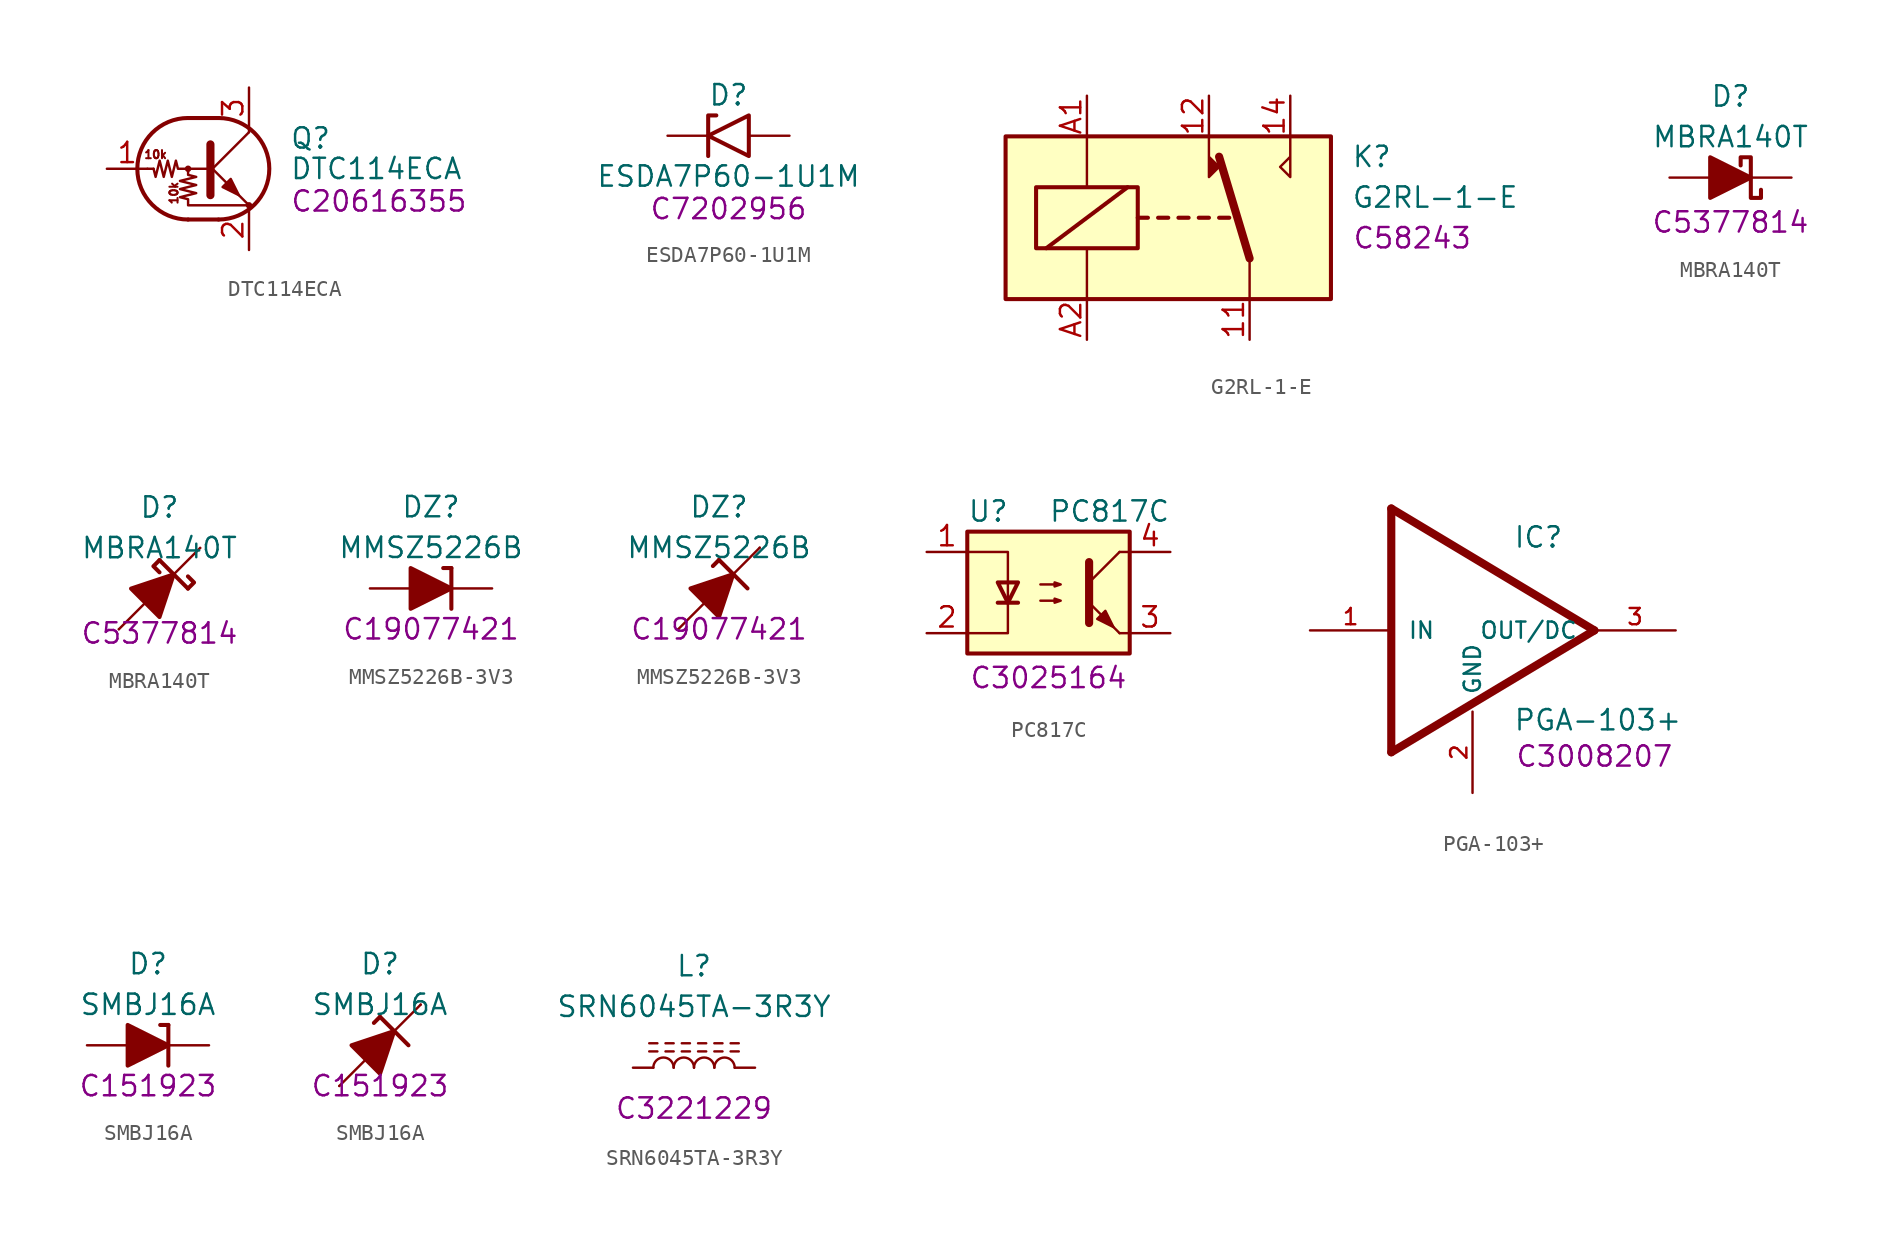
<source format=kicad_sym>
(kicad_symbol_lib
  (version 20231120)
  (generator "kicad_symbol_editor")
  (generator_version "8.0")
  (symbol "DTC114ECA"
    (pin_names
      (offset 0) hide)
    (property "Reference" "Q"
      (at 5.08 1.905 0)
      (effects (font (size 1.27 1.27)) (justify left)))
    (property "Value" "DTC114ECA"
      (at 5.08 0 0)
      (effects (font (size 1.27 1.27)) (justify left)))
    (property "JLCPCB Part # " "C20616355"
      (at 10.668 -2.032 0)
      (effects (font (size 1.27 1.27))))
    (symbol "DTC114ECA_0_0"
      (text "10k" (at -3.302 0.889 0) (effects (font (size 0.508 0.508))))
      (text "10k" (at -2.159 -1.524 900) (effects (font (size 0.508 0.508)))))
    (symbol "DTC114ECA_0_1"
      (circle (center -1.27 0) (radius 0.127) (stroke (width 0) (type default)) (fill (type none)))
      (arc (start -1.27 3.175) (mid -4.4312 0) (end -1.27 -3.175) (stroke (width 0.254) (type default)) (fill (type none)))
      (polyline (pts (xy -3.429 0) (xy -3.81 0)) (stroke (width 0) (type default)) (fill (type none)))
      (polyline (pts (xy -1.27 -3.175) (xy 0.635 -3.175)) (stroke (width 0.254) (type default)) (fill (type none)))
      (polyline (pts (xy -1.27 3.175) (xy 0.635 3.175)) (stroke (width 0.254) (type default)) (fill (type none)))
      (polyline (pts (xy 0 -0.254) (xy 2.54 2.286)) (stroke (width 0) (type default)) (fill (type none)))
      (polyline (pts (xy 0.127 1.524) (xy 0.127 -1.651)) (stroke (width 0.508) (type default)) (fill (type outline)))
      (polyline (pts (xy 2.54 2.286) (xy 2.54 2.54)) (stroke (width 0) (type default)) (fill (type none)))
      (polyline (pts (xy 2.54 -2.286) (xy 0 0.254) (xy 0 0.254)) (stroke (width 0) (type default)) (fill (type none)))
      (polyline (pts (xy 0.889 -1.143) (xy 1.397 -0.635) (xy 1.905 -1.651) (xy 0.889 -1.143)) (stroke (width 0) (type default)) (fill (type outline)))
      (polyline (pts (xy 0 0) (xy -1.905 0) (xy -2.032 0.508) (xy -2.286 -0.508) (xy -2.54 0.508) (xy -2.794 -0.508) (xy -3.048 0.508) (xy -3.302 -0.508) (xy -3.429 0)) (stroke (width 0) (type default)) (fill (type none)))
      (polyline (pts (xy -1.27 0) (xy -1.27 -0.381) (xy -0.762 -0.508) (xy -1.778 -0.762) (xy -0.762 -1.016) (xy -1.778 -1.27) (xy -0.762 -1.524) (xy -1.778 -1.778) (xy -1.27 -1.905) (xy -1.27 -2.286) (xy 2.54 -2.286)) (stroke (width 0) (type default)) (fill (type none)))
      (arc (start 0.635 -3.175) (mid 3.7962 0) (end 0.635 3.175) (stroke (width 0.254) (type default)) (fill (type none)))
      (circle (center 2.54 -2.286) (radius 0.127) (stroke (width 0) (type default)) (fill (type none))))
    (symbol "DTC114ECA_1_1"
      (pin input line (at -6.35 0 0) (length 2.54) (name "B" (effects (font (size 1.27 1.27)))) (number "1" (effects (font (size 1.27 1.27)))))
      (pin passive line (at 2.54 -5.08 90) (length 2.54) (name "E" (effects (font (size 1.27 1.27)))) (number "2" (effects (font (size 1.27 1.27)))))
      (pin passive line (at 2.54 5.08 270) (length 2.54) (name "C" (effects (font (size 1.27 1.27)))) (number "3" (effects (font (size 1.27 1.27)))))))
  (symbol "ESDA7P60-1U1M"
    (pin_numbers hide)
    (pin_names
      (offset 1.016) hide)
    (property "Reference" "D"
      (at 0 2.54 0)
      (effects (font (size 1.27 1.27))))
    (property "Value" "ESDA7P60-1U1M"
      (at 0 -2.54 0)
      (effects (font (size 1.27 1.27))))
    (property "JLCPCB Part # " "C7202956"
      (at 0 -4.572 0)
      (effects (font (size 1.27 1.27))))
    (symbol "ESDA7P60-1U1M_0_1"
      (polyline (pts (xy -0.762 1.27) (xy -1.27 1.27) (xy -1.27 -1.27)) (stroke (width 0.254) (type default)) (fill (type none)))
      (polyline (pts (xy 1.27 1.27) (xy 1.27 -1.27) (xy -1.27 0) (xy 1.27 1.27)) (stroke (width 0.254) (type default)) (fill (type none))))
    (symbol "ESDA7P60-1U1M_1_1"
      (pin passive line (at -3.81 0 0) (length 2.54) (name "A1" (effects (font (size 1.27 1.27)))) (number "1" (effects (font (size 1.27 1.27)))))
      (pin passive line (at 3.81 0 180) (length 2.54) (name "A2" (effects (font (size 1.27 1.27)))) (number "2" (effects (font (size 1.27 1.27)))))))
  (symbol "G2RL-1-E"
    (property "Reference" "K"
      (at 11.43 3.81 0)
      (effects (font (size 1.27 1.27)) (justify left)))
    (property "Value" "G2RL-1-E"
      (at 11.43 1.27 0)
      (effects (font (size 1.27 1.27)) (justify left)))
    (property "JLCPCB Part # " "C58243"
      (at 15.24 -1.27 0)
      (effects (font (size 1.27 1.27))))
    (symbol "G2RL-1-E_0_0"
      (polyline (pts (xy 7.62 5.08) (xy 7.62 2.54) (xy 6.985 3.175) (xy 7.62 3.81)) (stroke (width 0) (type default)) (fill (type none))))
    (symbol "G2RL-1-E_0_1"
      (rectangle (start -10.16 5.08) (end 10.16 -5.08) (stroke (width 0.254) (type default)) (fill (type background)))
      (rectangle (start -8.255 1.905) (end -1.905 -1.905) (stroke (width 0.254) (type default)) (fill (type none)))
      (polyline (pts (xy -7.62 -1.905) (xy -2.54 1.905)) (stroke (width 0.254) (type default)) (fill (type none)))
      (polyline (pts (xy -5.08 -5.08) (xy -5.08 -1.905)) (stroke (width 0) (type default)) (fill (type none)))
      (polyline (pts (xy -5.08 5.08) (xy -5.08 1.905)) (stroke (width 0) (type default)) (fill (type none)))
      (polyline (pts (xy -1.905 0) (xy -1.27 0)) (stroke (width 0.254) (type default)) (fill (type none)))
      (polyline (pts (xy -0.635 0) (xy 0 0)) (stroke (width 0.254) (type default)) (fill (type none)))
      (polyline (pts (xy 0.635 0) (xy 1.27 0)) (stroke (width 0.254) (type default)) (fill (type none)))
      (polyline (pts (xy 1.905 0) (xy 2.54 0)) (stroke (width 0.254) (type default)) (fill (type none)))
      (polyline (pts (xy 3.175 0) (xy 3.81 0)) (stroke (width 0.254) (type default)) (fill (type none)))
      (polyline (pts (xy 5.08 -2.54) (xy 3.175 3.81)) (stroke (width 0.508) (type default)) (fill (type none)))
      (polyline (pts (xy 5.08 -2.54) (xy 5.08 -5.08)) (stroke (width 0) (type default)) (fill (type none)))
      (polyline (pts (xy 2.54 5.08) (xy 2.54 2.54) (xy 3.175 3.175) (xy 2.54 3.81)) (stroke (width 0) (type default)) (fill (type outline))))
    (symbol "G2RL-1-E_1_1"
      (pin passive line (at 5.08 -7.62 90) (length 2.54) (name "~" (effects (font (size 1.27 1.27)))) (number "11" (effects (font (size 1.27 1.27)))))
      (pin passive line (at 2.54 7.62 270) (length 2.54) (name "~" (effects (font (size 1.27 1.27)))) (number "12" (effects (font (size 1.27 1.27)))))
      (pin passive line (at 7.62 7.62 270) (length 2.54) (name "~" (effects (font (size 1.27 1.27)))) (number "14" (effects (font (size 1.27 1.27)))))
      (pin passive line (at -5.08 7.62 270) (length 2.54) (name "~" (effects (font (size 1.27 1.27)))) (number "A1" (effects (font (size 1.27 1.27)))))
      (pin passive line (at -5.08 -7.62 90) (length 2.54) (name "~" (effects (font (size 1.27 1.27)))) (number "A2" (effects (font (size 1.27 1.27)))))))
  (symbol "MBRA140T"
    (pin_numbers hide)
    (pin_names
      (offset 1.016) hide)
    (property "Reference" "D"
      (at 0 5.08 0)
      (effects (font (size 1.27 1.27))))
    (property "Value" "MBRA140T"
      (at 0 2.54 0)
      (effects (font (size 1.27 1.27))))
    (property "JLCPCB Part # " "C5377814"
      (at 0 -2.794 0)
      (effects (font (size 1.27 1.27))))
    (symbol "MBRA140T_0_1"
      (polyline (pts (xy -1.27 0) (xy 1.27 0)) (stroke (width 0) (type default)) (fill (type none)))
      (polyline (pts (xy -1.27 -1.27) (xy -1.27 1.27) (xy 1.27 0) (xy -1.27 -1.27)) (stroke (width 0.254) (type default)) (fill (type outline)))
      (polyline (pts (xy 1.905 -0.762) (xy 1.905 -1.27) (xy 1.27 -1.27) (xy 1.27 1.27) (xy 0.635 1.27) (xy 0.635 0.762)) (stroke (width 0.254) (type default)) (fill (type none))))
    (symbol "MBRA140T_0_2"
      (polyline (pts (xy -2.54 -2.54) (xy 2.54 2.54)) (stroke (width 0) (type default)) (fill (type none)))
      (polyline (pts (xy 0 1.778) (xy 1.778 0)) (stroke (width 0.254) (type default)) (fill (type none)))
      (polyline (pts (xy 0 1.778) (xy -0.381 1.397) (xy 0 1.016)) (stroke (width 0.254) (type default)) (fill (type none)))
      (polyline (pts (xy 1.778 0) (xy 2.159 0.381) (xy 1.778 0.762)) (stroke (width 0.254) (type default)) (fill (type none)))
      (polyline (pts (xy -0.889 -0.889) (xy -1.778 0) (xy 0.889 0.889) (xy 0 -1.778) (xy -0.889 -0.889)) (stroke (width 0.254) (type default)) (fill (type outline))))
    (symbol "MBRA140T_1_1"
      (pin passive line (at 3.81 0 180) (length 2.54) (name "K" (effects (font (size 1.27 1.27)))) (number "1" (effects (font (size 1.27 1.27)))))
      (pin passive line (at -3.81 0 0) (length 2.54) (name "A" (effects (font (size 1.27 1.27)))) (number "2" (effects (font (size 1.27 1.27))))))
    (symbol "MBRA140T_1_2"
      (pin passive line (at 2.54 2.54 180) (length 0) (name "K" (effects (font (size 1.27 1.27)))) (number "1" (effects (font (size 1.27 1.27)))))
      (pin passive line (at -2.54 -2.54 0) (length 0) (name "A" (effects (font (size 1.27 1.27)))) (number "2" (effects (font (size 1.27 1.27)))))))
  (symbol "MMSZ5226B-3V3"
    (pin_numbers hide)
    (pin_names
      (offset 1.016) hide)
    (property "Reference" "DZ"
      (at 0 5.08 0)
      (effects (font (size 1.27 1.27))))
    (property "Value" "MMSZ5226B"
      (at 0 2.54 0)
      (effects (font (size 1.27 1.27))))
    (property "JLCPCB Part # " "C19077421"
      (at 0 -2.54 0)
      (effects (font (size 1.27 1.27))))
    (symbol "MMSZ5226B-3V3_0_1"
      (polyline (pts (xy -1.27 0) (xy 1.27 0)) (stroke (width 0) (type default)) (fill (type none)))
      (polyline (pts (xy 1.27 1.27) (xy 0.762 1.27)) (stroke (width 0.254) (type default)) (fill (type none)))
      (polyline (pts (xy 1.27 1.27) (xy 1.27 -1.27)) (stroke (width 0.254) (type default)) (fill (type none)))
      (polyline (pts (xy -1.27 -1.27) (xy -1.27 1.27) (xy 1.27 0) (xy -1.27 -1.27)) (stroke (width 0.254) (type default)) (fill (type outline))))
    (symbol "MMSZ5226B-3V3_0_2"
      (polyline (pts (xy -2.54 -2.54) (xy 2.54 2.54)) (stroke (width 0) (type default)) (fill (type none)))
      (polyline (pts (xy 0 1.778) (xy -0.381 1.397)) (stroke (width 0.254) (type default)) (fill (type none)))
      (polyline (pts (xy 0 1.778) (xy 1.778 0)) (stroke (width 0.254) (type default)) (fill (type none)))
      (polyline (pts (xy -0.889 -0.889) (xy -1.778 0) (xy 0.889 0.889) (xy 0 -1.778) (xy -0.889 -0.889)) (stroke (width 0.254) (type default)) (fill (type outline))))
    (symbol "MMSZ5226B-3V3_1_1"
      (pin passive line (at 3.81 0 180) (length 2.54) (name "K" (effects (font (size 1.27 1.27)))) (number "1" (effects (font (size 1.27 1.27)))))
      (pin passive line (at -3.81 0 0) (length 2.54) (name "A" (effects (font (size 1.27 1.27)))) (number "2" (effects (font (size 1.27 1.27))))))
    (symbol "MMSZ5226B-3V3_1_2"
      (pin passive line (at 2.54 2.54 180) (length 0) (name "K" (effects (font (size 1.27 1.27)))) (number "1" (effects (font (size 1.27 1.27)))))
      (pin passive line (at -2.54 -2.54 0) (length 0) (name "A" (effects (font (size 1.27 1.27)))) (number "2" (effects (font (size 1.27 1.27)))))))
  (symbol "PC817C"
    (pin_names
      (offset 1.016))
    (property "Reference" "U"
      (at -5.08 5.08 0)
      (effects (font (size 1.27 1.27)) (justify left)))
    (property "Value" "PC817C"
      (at 0 5.08 0)
      (effects (font (size 1.27 1.27)) (justify left)))
    (property "JLCPCB Part #" "C3025164"
      (at 0 -5.334 0)
      (effects (font (size 1.27 1.27))))
    (symbol "PC817C_0_1"
      (rectangle (start -5.08 3.81) (end 5.08 -3.81) (stroke (width 0.254) (type default)) (fill (type background)))
      (polyline (pts (xy -3.175 -0.635) (xy -1.905 -0.635)) (stroke (width 0.254) (type default)) (fill (type none)))
      (polyline (pts (xy 2.54 0.635) (xy 4.445 2.54)) (stroke (width 0) (type default)) (fill (type none)))
      (polyline (pts (xy 4.445 -2.54) (xy 2.54 -0.635)) (stroke (width 0) (type default)) (fill (type outline)))
      (polyline (pts (xy 4.445 -2.54) (xy 5.08 -2.54)) (stroke (width 0) (type default)) (fill (type none)))
      (polyline (pts (xy 4.445 2.54) (xy 5.08 2.54)) (stroke (width 0) (type default)) (fill (type none)))
      (polyline (pts (xy -5.08 2.54) (xy -2.54 2.54) (xy -2.54 -0.635)) (stroke (width 0) (type default)) (fill (type none)))
      (polyline (pts (xy -2.54 -0.635) (xy -2.54 -2.54) (xy -5.08 -2.54)) (stroke (width 0) (type default)) (fill (type none)))
      (polyline (pts (xy 2.54 1.905) (xy 2.54 -1.905) (xy 2.54 -1.905)) (stroke (width 0.508) (type default)) (fill (type none)))
      (polyline (pts (xy -2.54 -0.635) (xy -3.175 0.635) (xy -1.905 0.635) (xy -2.54 -0.635)) (stroke (width 0.254) (type default)) (fill (type none)))
      (polyline (pts (xy -0.508 -0.508) (xy 0.762 -0.508) (xy 0.381 -0.635) (xy 0.381 -0.381) (xy 0.762 -0.508)) (stroke (width 0) (type default)) (fill (type none)))
      (polyline (pts (xy -0.508 0.508) (xy 0.762 0.508) (xy 0.381 0.381) (xy 0.381 0.635) (xy 0.762 0.508)) (stroke (width 0) (type default)) (fill (type none)))
      (polyline (pts (xy 3.048 -1.651) (xy 3.556 -1.143) (xy 4.064 -2.159) (xy 3.048 -1.651) (xy 3.048 -1.651)) (stroke (width 0) (type default)) (fill (type outline))))
    (symbol "PC817C_1_1"
      (pin passive line (at -7.62 2.54 0) (length 2.54) (name "~" (effects (font (size 1.27 1.27)))) (number "1" (effects (font (size 1.27 1.27)))))
      (pin passive line (at -7.62 -2.54 0) (length 2.54) (name "~" (effects (font (size 1.27 1.27)))) (number "2" (effects (font (size 1.27 1.27)))))
      (pin passive line (at 7.62 -2.54 180) (length 2.54) (name "~" (effects (font (size 1.27 1.27)))) (number "3" (effects (font (size 1.27 1.27)))))
      (pin passive line (at 7.62 2.54 180) (length 2.54) (name "~" (effects (font (size 1.27 1.27)))) (number "4" (effects (font (size 1.27 1.27)))))))
  (symbol "PGA-103+"
    (pin_names
      (offset 1.016))
    (property "Reference" "IC"
      (at 2.54 5.08 0)
      (effects (font (size 1.27 1.27)) (justify left bottom)))
    (property "Value" "PGA-103+"
      (at 2.54 -6.35 0)
      (effects (font (size 1.27 1.27)) (justify left bottom)))
    (property "JLCPCB Part #" "C3008207"
      (at 7.62 -7.874 0)
      (effects (font (size 1.27 1.27))))
    (symbol "PGA-103+_0_0"
      (polyline (pts (xy -5.08 -7.62) (xy -5.08 7.62)) (stroke (width 0.508) (type default)) (fill (type none)))
      (polyline (pts (xy -5.08 7.62) (xy 7.62 0)) (stroke (width 0.508) (type default)) (fill (type none)))
      (polyline (pts (xy 7.62 0) (xy -5.08 -7.62)) (stroke (width 0.508) (type default)) (fill (type none)))
      (pin input line (at -10.16 0 0) (length 5.08) (name "IN" (effects (font (size 1.016 1.016)))) (number "1" (effects (font (size 1.016 1.016)))))
      (pin power_in line (at 0 -10.16 90) (length 5.08) (name "GND" (effects (font (size 1.016 1.016)))) (number "2" (effects (font (size 1.016 1.016)))))
      (pin output line (at 12.7 0 180) (length 5.08) (name "OUT/DC" (effects (font (size 1.016 1.016)))) (number "3" (effects (font (size 1.016 1.016)))))))
  (symbol "SMBJ16A"
    (pin_numbers hide)
    (pin_names
      (offset 1.016) hide)
    (property "Reference" "D"
      (at 0 5.08 0)
      (effects (font (size 1.27 1.27))))
    (property "Value" "SMBJ16A"
      (at 0 2.54 0)
      (effects (font (size 1.27 1.27))))
    (property "JLCPCB Part # " "C151923"
      (at 0 -2.54 0)
      (effects (font (size 1.27 1.27))))
    (symbol "SMBJ16A_0_1"
      (polyline (pts (xy -1.27 0) (xy 1.27 0)) (stroke (width 0) (type default)) (fill (type none)))
      (polyline (pts (xy 1.27 -1.27) (xy 1.27 1.27)) (stroke (width 0.254) (type default)) (fill (type none)))
      (polyline (pts (xy 1.27 1.27) (xy 0.762 1.27)) (stroke (width 0.254) (type default)) (fill (type none)))
      (polyline (pts (xy -1.27 1.27) (xy -1.27 -1.27) (xy 1.27 0) (xy -1.27 1.27)) (stroke (width 0.254) (type default)) (fill (type outline))))
    (symbol "SMBJ16A_0_2"
      (polyline (pts (xy -2.54 -2.54) (xy 2.54 2.54)) (stroke (width 0) (type default)) (fill (type none)))
      (polyline (pts (xy 0 1.778) (xy -0.381 1.397)) (stroke (width 0.254) (type default)) (fill (type none)))
      (polyline (pts (xy 0 1.778) (xy 1.778 0)) (stroke (width 0.254) (type default)) (fill (type none)))
      (polyline (pts (xy -0.889 -0.889) (xy -1.778 0) (xy 0.889 0.889) (xy 0 -1.778) (xy -0.889 -0.889)) (stroke (width 0.254) (type default)) (fill (type outline))))
    (symbol "SMBJ16A_1_1"
      (pin passive line (at 3.81 0 180) (length 2.54) (name "K" (effects (font (size 1.27 1.27)))) (number "1" (effects (font (size 1.27 1.27)))))
      (pin passive line (at -3.81 0 0) (length 2.54) (name "A" (effects (font (size 1.27 1.27)))) (number "2" (effects (font (size 1.27 1.27))))))
    (symbol "SMBJ16A_1_2"
      (pin passive line (at 2.54 2.54 180) (length 0) (name "K" (effects (font (size 1.27 1.27)))) (number "1" (effects (font (size 1.27 1.27)))))
      (pin passive line (at -2.54 -2.54 0) (length 0) (name "A" (effects (font (size 1.27 1.27)))) (number "2" (effects (font (size 1.27 1.27)))))))
  (symbol "SRN6045TA-3R3Y"
    (pin_numbers hide)
    (pin_names
      (offset 1.016) hide)
    (property "Reference" "L"
      (at 0 6.35 0)
      (effects (font (size 1.27 1.27))))
    (property "Value" "SRN6045TA-3R3Y"
      (at 0 3.81 0)
      (effects (font (size 1.27 1.27))))
    (property "JLCPCB Part #" "C3221229"
      (at 0 -2.54 0)
      (effects (font (size 1.27 1.27))))
    (symbol "SRN6045TA-3R3Y_0_1"
      (arc (start -1.27 0) (mid -1.905 0.6323) (end -2.54 0) (stroke (width 0) (type default)) (fill (type none)))
      (arc (start 0 0) (mid -0.635 0.6323) (end -1.27 0) (stroke (width 0) (type default)) (fill (type none)))
      (polyline (pts (xy -2.794 1.524) (xy -2.286 1.524)) (stroke (width 0) (type default)) (fill (type none)))
      (polyline (pts (xy -2.286 1.016) (xy -2.794 1.016)) (stroke (width 0) (type default)) (fill (type none)))
      (polyline (pts (xy -1.778 1.524) (xy -1.27 1.524)) (stroke (width 0) (type default)) (fill (type none)))
      (polyline (pts (xy -1.27 1.016) (xy -1.778 1.016)) (stroke (width 0) (type default)) (fill (type none)))
      (polyline (pts (xy -0.762 1.524) (xy -0.254 1.524)) (stroke (width 0) (type default)) (fill (type none)))
      (polyline (pts (xy -0.254 1.016) (xy -0.762 1.016)) (stroke (width 0) (type default)) (fill (type none)))
      (polyline (pts (xy 0.254 1.524) (xy 0.762 1.524)) (stroke (width 0) (type default)) (fill (type none)))
      (polyline (pts (xy 0.762 1.016) (xy 0.254 1.016)) (stroke (width 0) (type default)) (fill (type none)))
      (polyline (pts (xy 1.27 1.524) (xy 1.778 1.524)) (stroke (width 0) (type default)) (fill (type none)))
      (polyline (pts (xy 1.778 1.016) (xy 1.27 1.016)) (stroke (width 0) (type default)) (fill (type none)))
      (polyline (pts (xy 2.286 1.524) (xy 2.794 1.524)) (stroke (width 0) (type default)) (fill (type none)))
      (polyline (pts (xy 2.794 1.016) (xy 2.286 1.016)) (stroke (width 0) (type default)) (fill (type none)))
      (arc (start 1.27 0) (mid 0.635 0.6323) (end 0 0) (stroke (width 0) (type default)) (fill (type none)))
      (arc (start 2.54 0) (mid 1.905 0.6323) (end 1.27 0) (stroke (width 0) (type default)) (fill (type none))))
    (symbol "SRN6045TA-3R3Y_1_1"
      (pin passive line (at -3.81 0 0) (length 1.27) (name "1" (effects (font (size 1.27 1.27)))) (number "1" (effects (font (size 1.27 1.27)))))
      (pin passive line (at 3.81 0 180) (length 1.27) (name "2" (effects (font (size 1.27 1.27)))) (number "2" (effects (font (size 1.27 1.27))))))))
</source>
